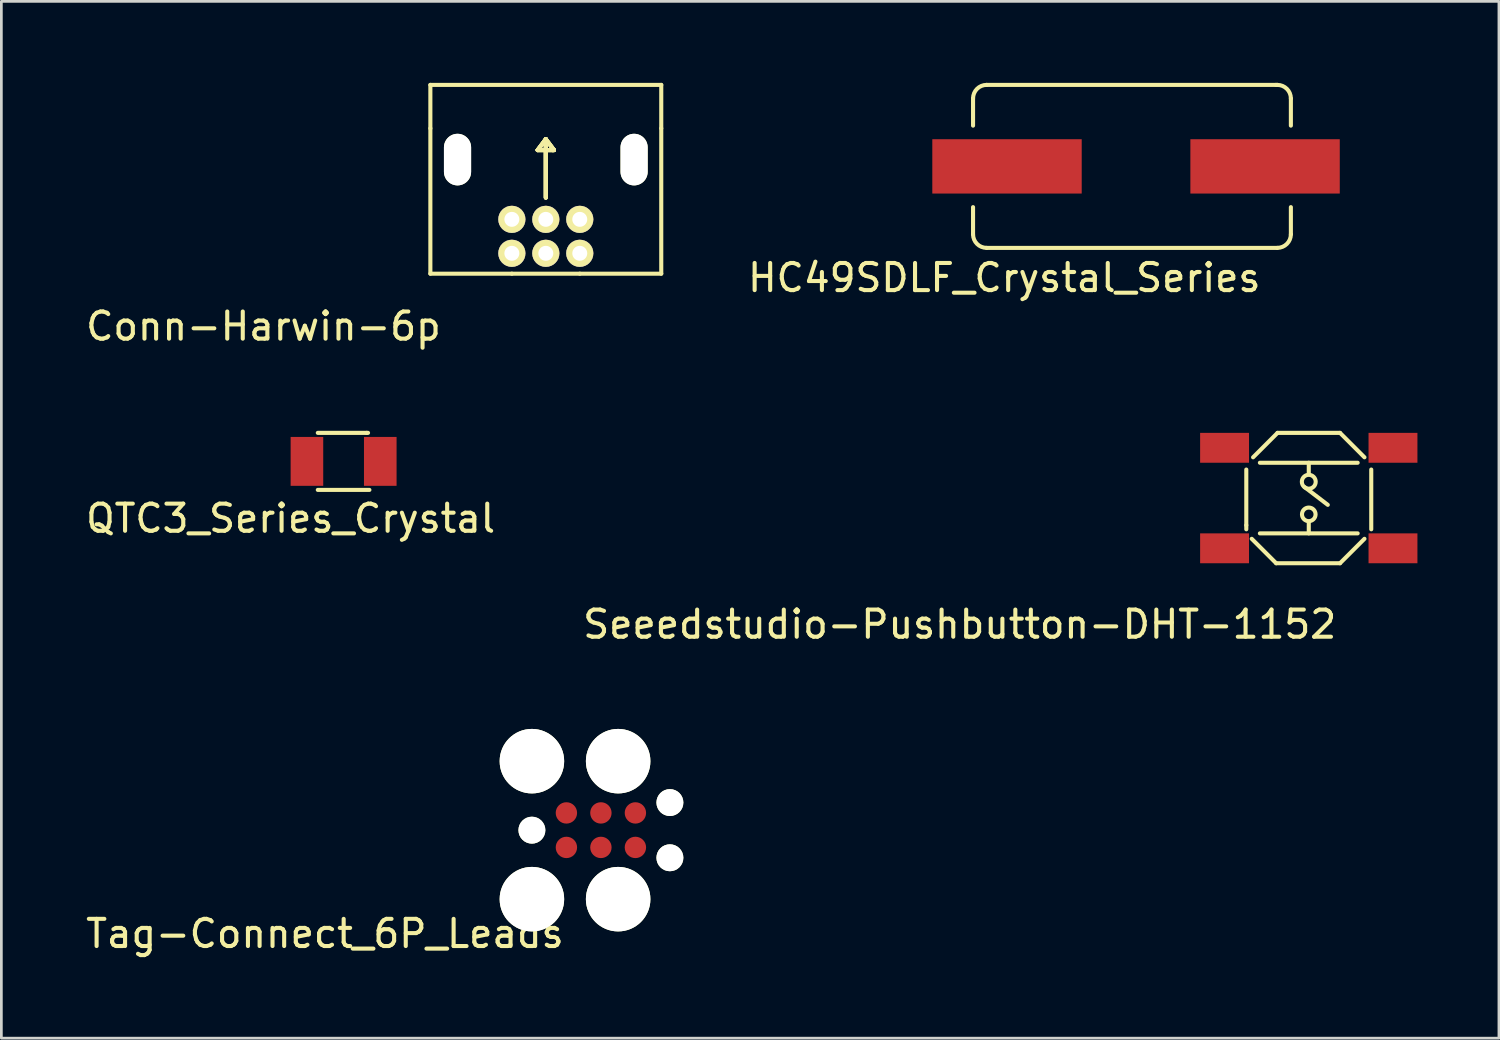
<source format=kicad_pcb>
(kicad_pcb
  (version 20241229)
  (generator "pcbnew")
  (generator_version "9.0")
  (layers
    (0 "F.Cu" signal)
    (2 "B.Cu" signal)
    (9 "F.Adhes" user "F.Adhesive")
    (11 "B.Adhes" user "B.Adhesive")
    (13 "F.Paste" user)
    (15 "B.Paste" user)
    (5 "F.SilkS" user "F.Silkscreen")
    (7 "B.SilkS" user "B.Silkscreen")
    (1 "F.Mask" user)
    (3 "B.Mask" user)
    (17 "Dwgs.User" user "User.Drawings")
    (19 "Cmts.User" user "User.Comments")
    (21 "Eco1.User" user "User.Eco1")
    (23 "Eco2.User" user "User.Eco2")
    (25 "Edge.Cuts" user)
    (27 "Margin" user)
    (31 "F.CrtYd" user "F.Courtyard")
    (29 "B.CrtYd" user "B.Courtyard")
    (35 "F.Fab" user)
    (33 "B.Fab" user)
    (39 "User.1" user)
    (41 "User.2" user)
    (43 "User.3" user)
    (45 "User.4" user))
  (footprint "QTC3_Series_Crystal"
    (layer "F.Cu")
    (at 9.599 13.935)
    (property "Reference" "QTC3_Series_Crystal" (at -1.95 2.1 0) (layer "F.SilkS") (effects (font (size 1 1) (thickness 0.15))))
    (attr through_hole)
    (fp_line (start -0.95 -1.05) (end 0.85 -1.05) (stroke (width 0.15) (type solid)) (layer "F.SilkS"))
    (fp_line (start -0.95 1.05) (end 0.95 1.05) (stroke (width 0.15) (type solid)) (layer "F.SilkS"))
    (fp_line (start 0.85 -1.05) (end 0.9 -1.05) (stroke (width 0.15) (type solid)) (layer "F.SilkS"))
    (pad "1" smd rect (at -1.35 0) (size 1.2 1.8) (layers "F.Cu" "F.Mask" "F.Paste"))
    (pad "2" smd rect (at 1.35 0) (size 1.2 1.8) (layers "F.Cu" "F.Mask" "F.Paste")))
  (footprint "Conn-Harwin-6p"
    (layer "F.Cu")
    (at 15.793 5.025)
    (property "Reference" "Conn-Harwin-6p" (at -9.144 3.937 0) (layer "F.SilkS") (effects (font (size 1 1) (thickness 0.15))))
    (attr through_hole)
    (fp_line (start -3 -4.95) (end -3 -3.35) (stroke (width 0.15) (type solid)) (layer "F.SilkS"))
    (fp_line (start -3 2) (end -3 -3.35) (stroke (width 0.15) (type solid)) (layer "F.SilkS"))
    (fp_line (start 0 2) (end -3 2) (stroke (width 0.15) (type solid)) (layer "F.SilkS"))
    (fp_line (start 0.95 -2.55) (end 1.5 -2.55) (stroke (width 0.15) (type solid)) (layer "F.SilkS"))
    (fp_line (start 0.95 -2.55) (end 1.5 -2.55) (stroke (width 0.15) (type solid)) (layer "F.SilkS"))
    (fp_line (start 0.95 -2.55) (end 1.5 -2.55) (stroke (width 0.15) (type solid)) (layer "F.SilkS"))
    (fp_line (start 0.95 -2.55) (end 1.5 -2.55) (stroke (width 0.15) (type solid)) (layer "F.SilkS"))
    (fp_line (start 1.25 -2.95) (end 0.95 -2.55) (stroke (width 0.15) (type solid)) (layer "F.SilkS"))
    (fp_line (start 1.25 -2.95) (end 0.95 -2.55) (stroke (width 0.15) (type solid)) (layer "F.SilkS"))
    (fp_line (start 1.25 -2.95) (end 0.95 -2.55) (stroke (width 0.15) (type solid)) (layer "F.SilkS"))
    (fp_line (start 1.25 -2.95) (end 0.95 -2.55) (stroke (width 0.15) (type solid)) (layer "F.SilkS"))
    (fp_line (start 1.25 -0.8) (end 1.25 -2.95) (stroke (width 0.15) (type solid)) (layer "F.SilkS"))
    (fp_line (start 1.25 -0.8) (end 1.25 -2.95) (stroke (width 0.15) (type solid)) (layer "F.SilkS"))
    (fp_line (start 1.25 -0.8) (end 1.25 -2.95) (stroke (width 0.15) (type solid)) (layer "F.SilkS"))
    (fp_line (start 1.25 -0.8) (end 1.25 -2.95) (stroke (width 0.15) (type solid)) (layer "F.SilkS"))
    (fp_line (start 1.5 -2.55) (end 1.55 -2.55) (stroke (width 0.15) (type solid)) (layer "F.SilkS"))
    (fp_line (start 1.5 -2.55) (end 1.55 -2.55) (stroke (width 0.15) (type solid)) (layer "F.SilkS"))
    (fp_line (start 1.5 -2.55) (end 1.55 -2.55) (stroke (width 0.15) (type solid)) (layer "F.SilkS"))
    (fp_line (start 1.5 -2.55) (end 1.55 -2.55) (stroke (width 0.15) (type solid)) (layer "F.SilkS"))
    (fp_line (start 1.55 -2.55) (end 1.25 -2.95) (stroke (width 0.15) (type solid)) (layer "F.SilkS"))
    (fp_line (start 1.55 -2.55) (end 1.25 -2.95) (stroke (width 0.15) (type solid)) (layer "F.SilkS"))
    (fp_line (start 1.55 -2.55) (end 1.25 -2.95) (stroke (width 0.15) (type solid)) (layer "F.SilkS"))
    (fp_line (start 1.55 -2.55) (end 1.25 -2.95) (stroke (width 0.15) (type solid)) (layer "F.SilkS"))
    (fp_line (start 2.5 2) (end 0 2) (stroke (width 0.15) (type solid)) (layer "F.SilkS"))
    (fp_line (start 2.5 2) (end 5.5 2) (stroke (width 0.15) (type solid)) (layer "F.SilkS"))
    (fp_line (start 5.5 -4.95) (end -3 -4.95) (stroke (width 0.15) (type solid)) (layer "F.SilkS"))
    (fp_line (start 5.5 -3.35) (end 5.5 -4.95) (stroke (width 0.15) (type solid)) (layer "F.SilkS"))
    (fp_line (start 5.5 2) (end 5.5 -3.35) (stroke (width 0.15) (type solid)) (layer "F.SilkS"))
    (pad "" np_thru_hole oval (at -2 -2.2) (size 1 1.9) (drill oval 1 1.9) (layers "*.Cu" "*.Mask" "F.SilkS"))
    (pad "" np_thru_hole oval (at 4.5 -2.2) (size 1 1.9) (drill oval 1 1.9) (layers "*.Cu" "*.Mask" "F.SilkS"))
    (pad "1" thru_hole circle (at 0 0) (size 1 1) (drill 0.55) (layers "*.Cu" "*.Mask" "F.SilkS"))
    (pad "2" thru_hole circle (at 1.25 0) (size 1 1) (drill 0.55) (layers "*.Cu" "*.Mask" "F.SilkS"))
    (pad "3" thru_hole circle (at 2.5 0) (size 1 1) (drill 0.55) (layers "*.Cu" "*.Mask" "F.SilkS"))
    (pad "4" thru_hole circle (at 0 1.25) (size 1 1) (drill 0.55) (layers "*.Cu" "*.Mask" "F.SilkS"))
    (pad "5" thru_hole circle (at 1.25 1.25) (size 1 1) (drill 0.55) (layers "*.Cu" "*.Mask" "F.SilkS"))
    (pad "6" thru_hole circle (at 2.5 1.25) (size 1 1) (drill 0.55) (layers "*.Cu" "*.Mask" "F.SilkS")))
  (footprint "Tag-Connect_6P_Leads"
    (layer "F.Cu")
    (at 16.531 27.511)
    (property "Reference" "Tag-Connect_6P_Leads" (at -7.62 3.81 0) (layer "F.SilkS") (effects (font (size 1 1) (thickness 0.15))))
    (attr through_hole)
    (pad "" np_thru_hole circle (at 0 -2.54) (size 2.375 2.375) (drill 2.375) (layers "*.Cu" "*.Mask" "F.SilkS"))
    (pad "" np_thru_hole circle (at 0 0) (size 0.991 0.991) (drill 0.991) (layers "*.Cu" "*.Mask" "F.SilkS"))
    (pad "" np_thru_hole circle (at 0 2.54) (size 2.375 2.375) (drill 2.375) (layers "*.Cu" "*.Mask" "F.SilkS"))
    (pad "" np_thru_hole circle (at 3.175 -2.54) (size 2.375 2.375) (drill 2.375) (layers "*.Cu" "*.Mask" "F.SilkS"))
    (pad "" np_thru_hole circle (at 3.175 2.54) (size 2.375 2.375) (drill 2.375) (layers "*.Cu" "*.Mask" "F.SilkS"))
    (pad "" np_thru_hole circle (at 5.08 -1.016) (size 0.991 0.991) (drill 0.991) (layers "*.Cu" "*.Mask" "F.SilkS"))
    (pad "" np_thru_hole circle (at 5.08 1.016) (size 0.991 0.991) (drill 0.991) (layers "*.Cu" "*.Mask" "F.SilkS"))
    (pad "1" smd circle (at 1.27 0.635) (size 0.787 0.787) (layers "F.Cu" "F.Mask" "F.Paste"))
    (pad "2" smd circle (at 1.27 -0.635) (size 0.787 0.787) (layers "F.Cu" "F.Mask" "F.Paste"))
    (pad "3" smd circle (at 2.54 0.635) (size 0.787 0.787) (layers "F.Cu" "F.Mask" "F.Paste"))
    (pad "4" smd circle (at 2.54 -0.635) (size 0.787 0.787) (layers "F.Cu" "F.Mask" "F.Paste"))
    (pad "5" smd circle (at 3.81 0.635) (size 0.787 0.787) (layers "F.Cu" "F.Mask" "F.Paste"))
    (pad "6" smd circle (at 3.81 -0.635) (size 0.787 0.787) (layers "F.Cu" "F.Mask" "F.Paste")))
  (footprint "Seeedstudio-Pushbutton-DHT-1152"
    (layer "F.Cu")
    (at 42.03 13.435)
    (property "Reference" "Seeedstudio-Pushbutton-DHT-1152" (at -9.75 6.5 0) (layer "F.SilkS") (effects (font (size 1 1) (thickness 0.15))))
    (attr through_hole)
    (fp_line (start 0.8 0.8) (end 0.8 2.85) (stroke (width 0.15) (type solid)) (layer "F.SilkS"))
    (fp_line (start 0.8 2.85) (end 0.8 3) (stroke (width 0.15) (type solid)) (layer "F.SilkS"))
    (fp_line (start 1 3.35) (end 1.9 4.25) (stroke (width 0.15) (type solid)) (layer "F.SilkS"))
    (fp_line (start 1.05 0.35) (end 1.95 -0.55) (stroke (width 0.15) (type solid)) (layer "F.SilkS"))
    (fp_line (start 1.3 0.55) (end 4.9 0.55) (stroke (width 0.15) (type solid)) (layer "F.SilkS"))
    (fp_line (start 1.95 -0.55) (end 4.25 -0.55) (stroke (width 0.15) (type solid)) (layer "F.SilkS"))
    (fp_line (start 2.95 1.45) (end 3.8 2.1) (stroke (width 0.15) (type solid)) (layer "F.SilkS"))
    (fp_line (start 3.1 0.55) (end 3.1 0.95) (stroke (width 0.15) (type solid)) (layer "F.SilkS"))
    (fp_line (start 3.1 3.15) (end 3.1 2.75) (stroke (width 0.15) (type solid)) (layer "F.SilkS"))
    (fp_line (start 4.25 4.25) (end 1.9 4.25) (stroke (width 0.15) (type solid)) (layer "F.SilkS"))
    (fp_line (start 4.9 3.15) (end 1.3 3.15) (stroke (width 0.15) (type solid)) (layer "F.SilkS"))
    (fp_line (start 5.15 0.35) (end 4.25 -0.55) (stroke (width 0.15) (type solid)) (layer "F.SilkS"))
    (fp_line (start 5.15 3.35) (end 4.25 4.25) (stroke (width 0.15) (type solid)) (layer "F.SilkS"))
    (fp_line (start 5.4 3) (end 5.4 0.8) (stroke (width 0.15) (type solid)) (layer "F.SilkS"))
    (fp_circle (center 3.1 1.25) (end 3.35 1.3) (stroke (width 0.15) (type solid)) (fill no) (layer "F.SilkS"))
    (fp_circle (center 3.1 2.45) (end 3.3 2.6) (stroke (width 0.15) (type solid)) (fill no) (layer "F.SilkS"))
    (pad "1" smd rect (at 0 0) (size 1.8 1.1) (layers "F.Cu" "F.Mask" "F.Paste"))
    (pad "1" smd rect (at 6.2 0) (size 1.8 1.1) (layers "F.Cu" "F.Mask" "F.Paste"))
    (pad "2" smd rect (at 0 3.7) (size 1.8 1.1) (layers "F.Cu" "F.Mask" "F.Paste"))
    (pad "2" smd rect (at 6.2 3.7) (size 1.8 1.1) (layers "F.Cu" "F.Mask" "F.Paste")))
  (footprint "HC49SDLF_Crystal_Series"
    (layer "F.Cu")
    (at 38.771 3.075)
    (property "Reference" "HC49SDLF_Crystal_Series" (at -4.85 4.1 0) (layer "F.SilkS") (effects (font (size 1 1) (thickness 0.15))))
    (attr through_hole)
    (fp_line (start -6 -2.5) (end -6 -1.5) (stroke (width 0.15) (type solid)) (layer "F.SilkS"))
    (fp_line (start -6 1.5) (end -6 2.5) (stroke (width 0.15) (type solid)) (layer "F.SilkS"))
    (fp_line (start -5.5 -3) (end 5.15 -3) (stroke (width 0.15) (type solid)) (layer "F.SilkS"))
    (fp_line (start 5.15 -3) (end 5.2 -3) (stroke (width 0.15) (type solid)) (layer "F.SilkS"))
    (fp_line (start 5.2 3) (end -5.5 3) (stroke (width 0.15) (type solid)) (layer "F.SilkS"))
    (fp_line (start 5.7 -2.5) (end 5.7 -1.5) (stroke (width 0.15) (type solid)) (layer "F.SilkS"))
    (fp_line (start 5.7 1.5) (end 5.7 2.5) (stroke (width 0.15) (type solid)) (layer "F.SilkS"))
    (fp_arc (start -6 -2.5) (mid -5.853553 -2.853553) (end -5.5 -3) (stroke (width 0.15) (type solid)) (layer "F.SilkS"))
    (fp_arc (start -5.5 3) (mid -5.853553 2.853553) (end -6 2.5) (stroke (width 0.15) (type solid)) (layer "F.SilkS"))
    (fp_arc (start 5.2 -3) (mid 5.553553 -2.853553) (end 5.7 -2.5) (stroke (width 0.15) (type solid)) (layer "F.SilkS"))
    (fp_arc (start 5.7 2.5) (mid 5.553553 2.853553) (end 5.2 3) (stroke (width 0.15) (type solid)) (layer "F.SilkS"))
    (pad "1" smd rect (at -4.75 0) (size 5.5 2) (layers "F.Cu" "F.Mask" "F.Paste"))
    (pad "2" smd rect (at 4.75 0) (size 5.5 2) (layers "F.Cu" "F.Mask" "F.Paste")))
  (gr_rect
    (start -3 -3)
    (end 52.13 35.169)
    (stroke (width 0.1) (type default))
    (fill no)
    (layer "Edge.Cuts")))
</source>
